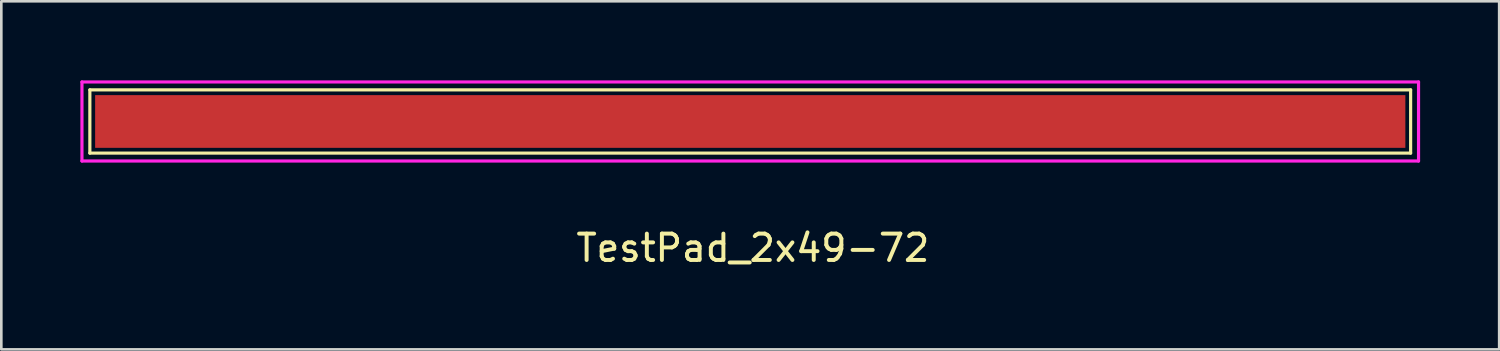
<source format=kicad_pcb>
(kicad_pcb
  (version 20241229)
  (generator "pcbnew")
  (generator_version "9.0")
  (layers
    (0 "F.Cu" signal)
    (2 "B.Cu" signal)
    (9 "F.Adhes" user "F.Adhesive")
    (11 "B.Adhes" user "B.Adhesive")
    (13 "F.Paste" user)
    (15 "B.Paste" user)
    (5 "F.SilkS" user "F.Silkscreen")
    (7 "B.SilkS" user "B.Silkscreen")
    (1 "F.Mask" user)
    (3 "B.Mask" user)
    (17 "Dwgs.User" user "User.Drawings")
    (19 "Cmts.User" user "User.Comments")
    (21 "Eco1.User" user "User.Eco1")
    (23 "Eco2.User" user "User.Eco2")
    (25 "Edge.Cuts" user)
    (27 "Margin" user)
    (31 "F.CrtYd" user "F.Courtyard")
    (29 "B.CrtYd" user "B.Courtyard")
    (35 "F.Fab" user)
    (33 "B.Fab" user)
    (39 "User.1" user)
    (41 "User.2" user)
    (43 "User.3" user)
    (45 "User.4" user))
  (footprint "TestPad_2x49-72"
    (layer "F.Cu")
    (at 25.42 1.56)
    (property "Reference" "TestPad_2x49-72" (at 0.1 4.8 0) (layer "F.SilkS") (effects (font (size 1 1) (thickness 0.15))))
    (attr through_hole)
    (fp_line (start -25.06 -1.2) (end -25.06 1.2) (stroke (width 0.12) (type solid)) (layer "F.SilkS"))
    (fp_line (start -25.06 -1.2) (end 25.06 -1.2) (stroke (width 0.12) (type solid)) (layer "F.SilkS"))
    (fp_line (start -25.06 1.2) (end 25.06 1.2) (stroke (width 0.12) (type solid)) (layer "F.SilkS"))
    (fp_line (start 25.06 -1.2) (end 25.06 1.2) (stroke (width 0.12) (type solid)) (layer "F.SilkS"))
    (fp_line (start -25.36 -1.5) (end -25.36 1.5) (stroke (width 0.12) (type solid)) (layer "F.CrtYd"))
    (fp_line (start -25.36 -1.5) (end 25.36 -1.5) (stroke (width 0.12) (type solid)) (layer "F.CrtYd"))
    (fp_line (start -25.36 1.5) (end 25.36 1.5) (stroke (width 0.12) (type solid)) (layer "F.CrtYd"))
    (fp_line (start 25.36 -1.5) (end 25.36 1.5) (stroke (width 0.12) (type solid)) (layer "F.CrtYd"))
    (pad "1" smd rect (at 0 0) (size 49.72 2) (layers "F.Cu" "F.Mask" "F.Paste")))
  (gr_rect
    (start -3 -3)
    (end 53.84 10.208)
    (stroke (width 0.1) (type default))
    (fill no)
    (layer "Edge.Cuts")))
</source>
